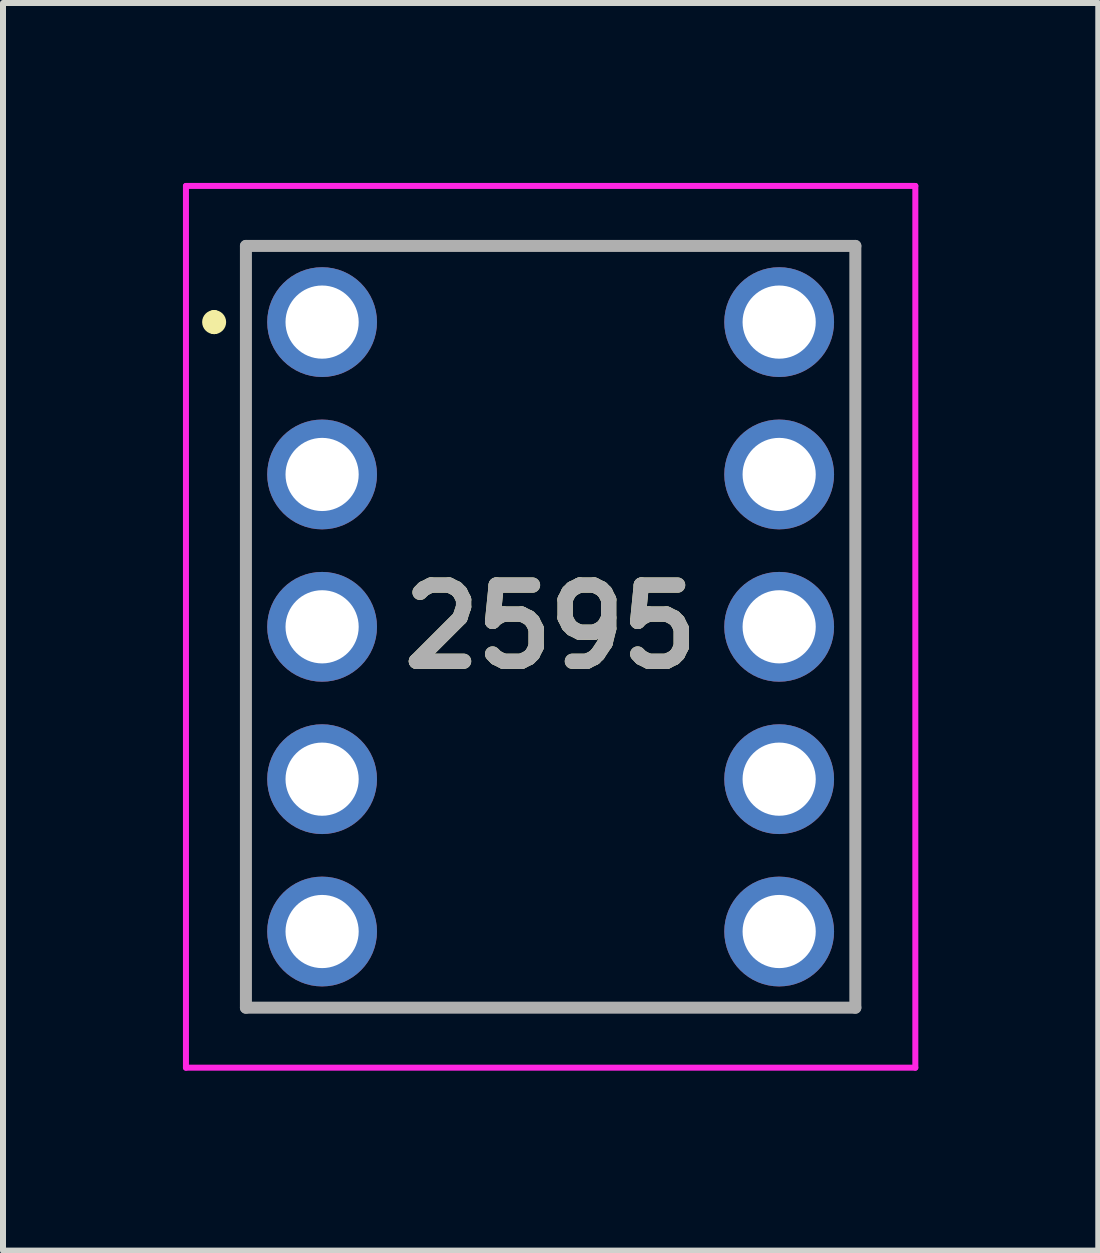
<source format=kicad_pcb>
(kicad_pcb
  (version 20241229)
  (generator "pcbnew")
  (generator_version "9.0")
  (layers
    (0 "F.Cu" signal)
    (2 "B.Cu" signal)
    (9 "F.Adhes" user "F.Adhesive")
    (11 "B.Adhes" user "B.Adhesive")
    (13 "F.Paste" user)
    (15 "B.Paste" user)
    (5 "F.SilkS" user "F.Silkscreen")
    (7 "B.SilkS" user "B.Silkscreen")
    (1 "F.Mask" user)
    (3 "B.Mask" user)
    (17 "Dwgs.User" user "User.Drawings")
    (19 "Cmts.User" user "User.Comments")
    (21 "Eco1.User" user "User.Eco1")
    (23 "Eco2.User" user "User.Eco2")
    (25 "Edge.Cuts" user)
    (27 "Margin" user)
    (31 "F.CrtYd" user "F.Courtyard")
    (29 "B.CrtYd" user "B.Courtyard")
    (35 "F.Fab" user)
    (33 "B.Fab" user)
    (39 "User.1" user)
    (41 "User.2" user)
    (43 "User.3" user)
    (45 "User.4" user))
  (footprint "2595"
    (layer "F.Cu")
    (at 2.32 2.32)
    (property "Reference" "2595" (at 3.81 5.08 0) (layer "F.SilkS") (effects (font (size 1.27 1.27) (thickness 0.254))))
    (attr through_hole)
    (fp_line (start -1.8 -0.1) (end -1.8 -0.1) (stroke (width 0.2) (type solid)) (layer "F.SilkS"))
    (fp_line (start -1.8 0.1) (end -1.8 0.1) (stroke (width 0.2) (type solid)) (layer "F.SilkS"))
    (fp_line (start -1.27 -1.27) (end 8.89 -1.27) (stroke (width 0.1) (type solid)) (layer "F.SilkS"))
    (fp_line (start -1.27 11.43) (end -1.27 -1.27) (stroke (width 0.1) (type solid)) (layer "F.SilkS"))
    (fp_line (start 8.89 -1.27) (end 8.89 11.43) (stroke (width 0.1) (type solid)) (layer "F.SilkS"))
    (fp_line (start 8.89 11.43) (end -1.27 11.43) (stroke (width 0.1) (type solid)) (layer "F.SilkS"))
    (fp_arc (start -1.8 -0.1) (mid -1.7 0) (end -1.8 0.1) (stroke (width 0.2) (type solid)) (layer "F.SilkS"))
    (fp_arc (start -1.8 0.1) (mid -1.9 0) (end -1.8 -0.1) (stroke (width 0.2) (type solid)) (layer "F.SilkS"))
    (fp_line (start -2.27 -2.27) (end 9.89 -2.27) (stroke (width 0.1) (type solid)) (layer "F.CrtYd"))
    (fp_line (start -2.27 12.43) (end -2.27 -2.27) (stroke (width 0.1) (type solid)) (layer "F.CrtYd"))
    (fp_line (start 9.89 -2.27) (end 9.89 12.43) (stroke (width 0.1) (type solid)) (layer "F.CrtYd"))
    (fp_line (start 9.89 12.43) (end -2.27 12.43) (stroke (width 0.1) (type solid)) (layer "F.CrtYd"))
    (fp_line (start -1.27 -1.27) (end -1.27 11.43) (stroke (width 0.2) (type solid)) (layer "F.Fab"))
    (fp_line (start -1.27 11.43) (end 8.89 11.43) (stroke (width 0.2) (type solid)) (layer "F.Fab"))
    (fp_line (start 8.89 -1.27) (end -1.27 -1.27) (stroke (width 0.2) (type solid)) (layer "F.Fab"))
    (fp_line (start 8.89 11.43) (end 8.89 -1.27) (stroke (width 0.2) (type solid)) (layer "F.Fab"))
    (fp_text user "${REFERENCE}" (at 3.81 5.08 0) (layer "F.Fab") (effects (font (size 1.27 1.27) (thickness 0.254))))
    (pad "1" thru_hole circle (at 0 0) (size 1.83 1.83) (drill 1.22) (layers "*.Cu" "*.Mask"))
    (pad "2" thru_hole circle (at 0 2.54) (size 1.83 1.83) (drill 1.22) (layers "*.Cu" "*.Mask"))
    (pad "3" thru_hole circle (at 0 5.08) (size 1.83 1.83) (drill 1.22) (layers "*.Cu" "*.Mask"))
    (pad "4" thru_hole circle (at 0 7.62) (size 1.83 1.83) (drill 1.22) (layers "*.Cu" "*.Mask"))
    (pad "5" thru_hole circle (at 0 10.16) (size 1.83 1.83) (drill 1.22) (layers "*.Cu" "*.Mask"))
    (pad "6" thru_hole circle (at 7.62 0) (size 1.83 1.83) (drill 1.22) (layers "*.Cu" "*.Mask"))
    (pad "7" thru_hole circle (at 7.62 2.54) (size 1.83 1.83) (drill 1.22) (layers "*.Cu" "*.Mask"))
    (pad "8" thru_hole circle (at 7.62 5.08) (size 1.83 1.83) (drill 1.22) (layers "*.Cu" "*.Mask"))
    (pad "9" thru_hole circle (at 7.62 7.62) (size 1.83 1.83) (drill 1.22) (layers "*.Cu" "*.Mask"))
    (pad "10" thru_hole circle (at 7.62 10.16) (size 1.83 1.83) (drill 1.22) (layers "*.Cu" "*.Mask")))
  (gr_rect
    (start -3 -3)
    (end 15.26 17.8)
    (stroke (width 0.1) (type default))
    (fill no)
    (layer "Edge.Cuts")))
</source>
